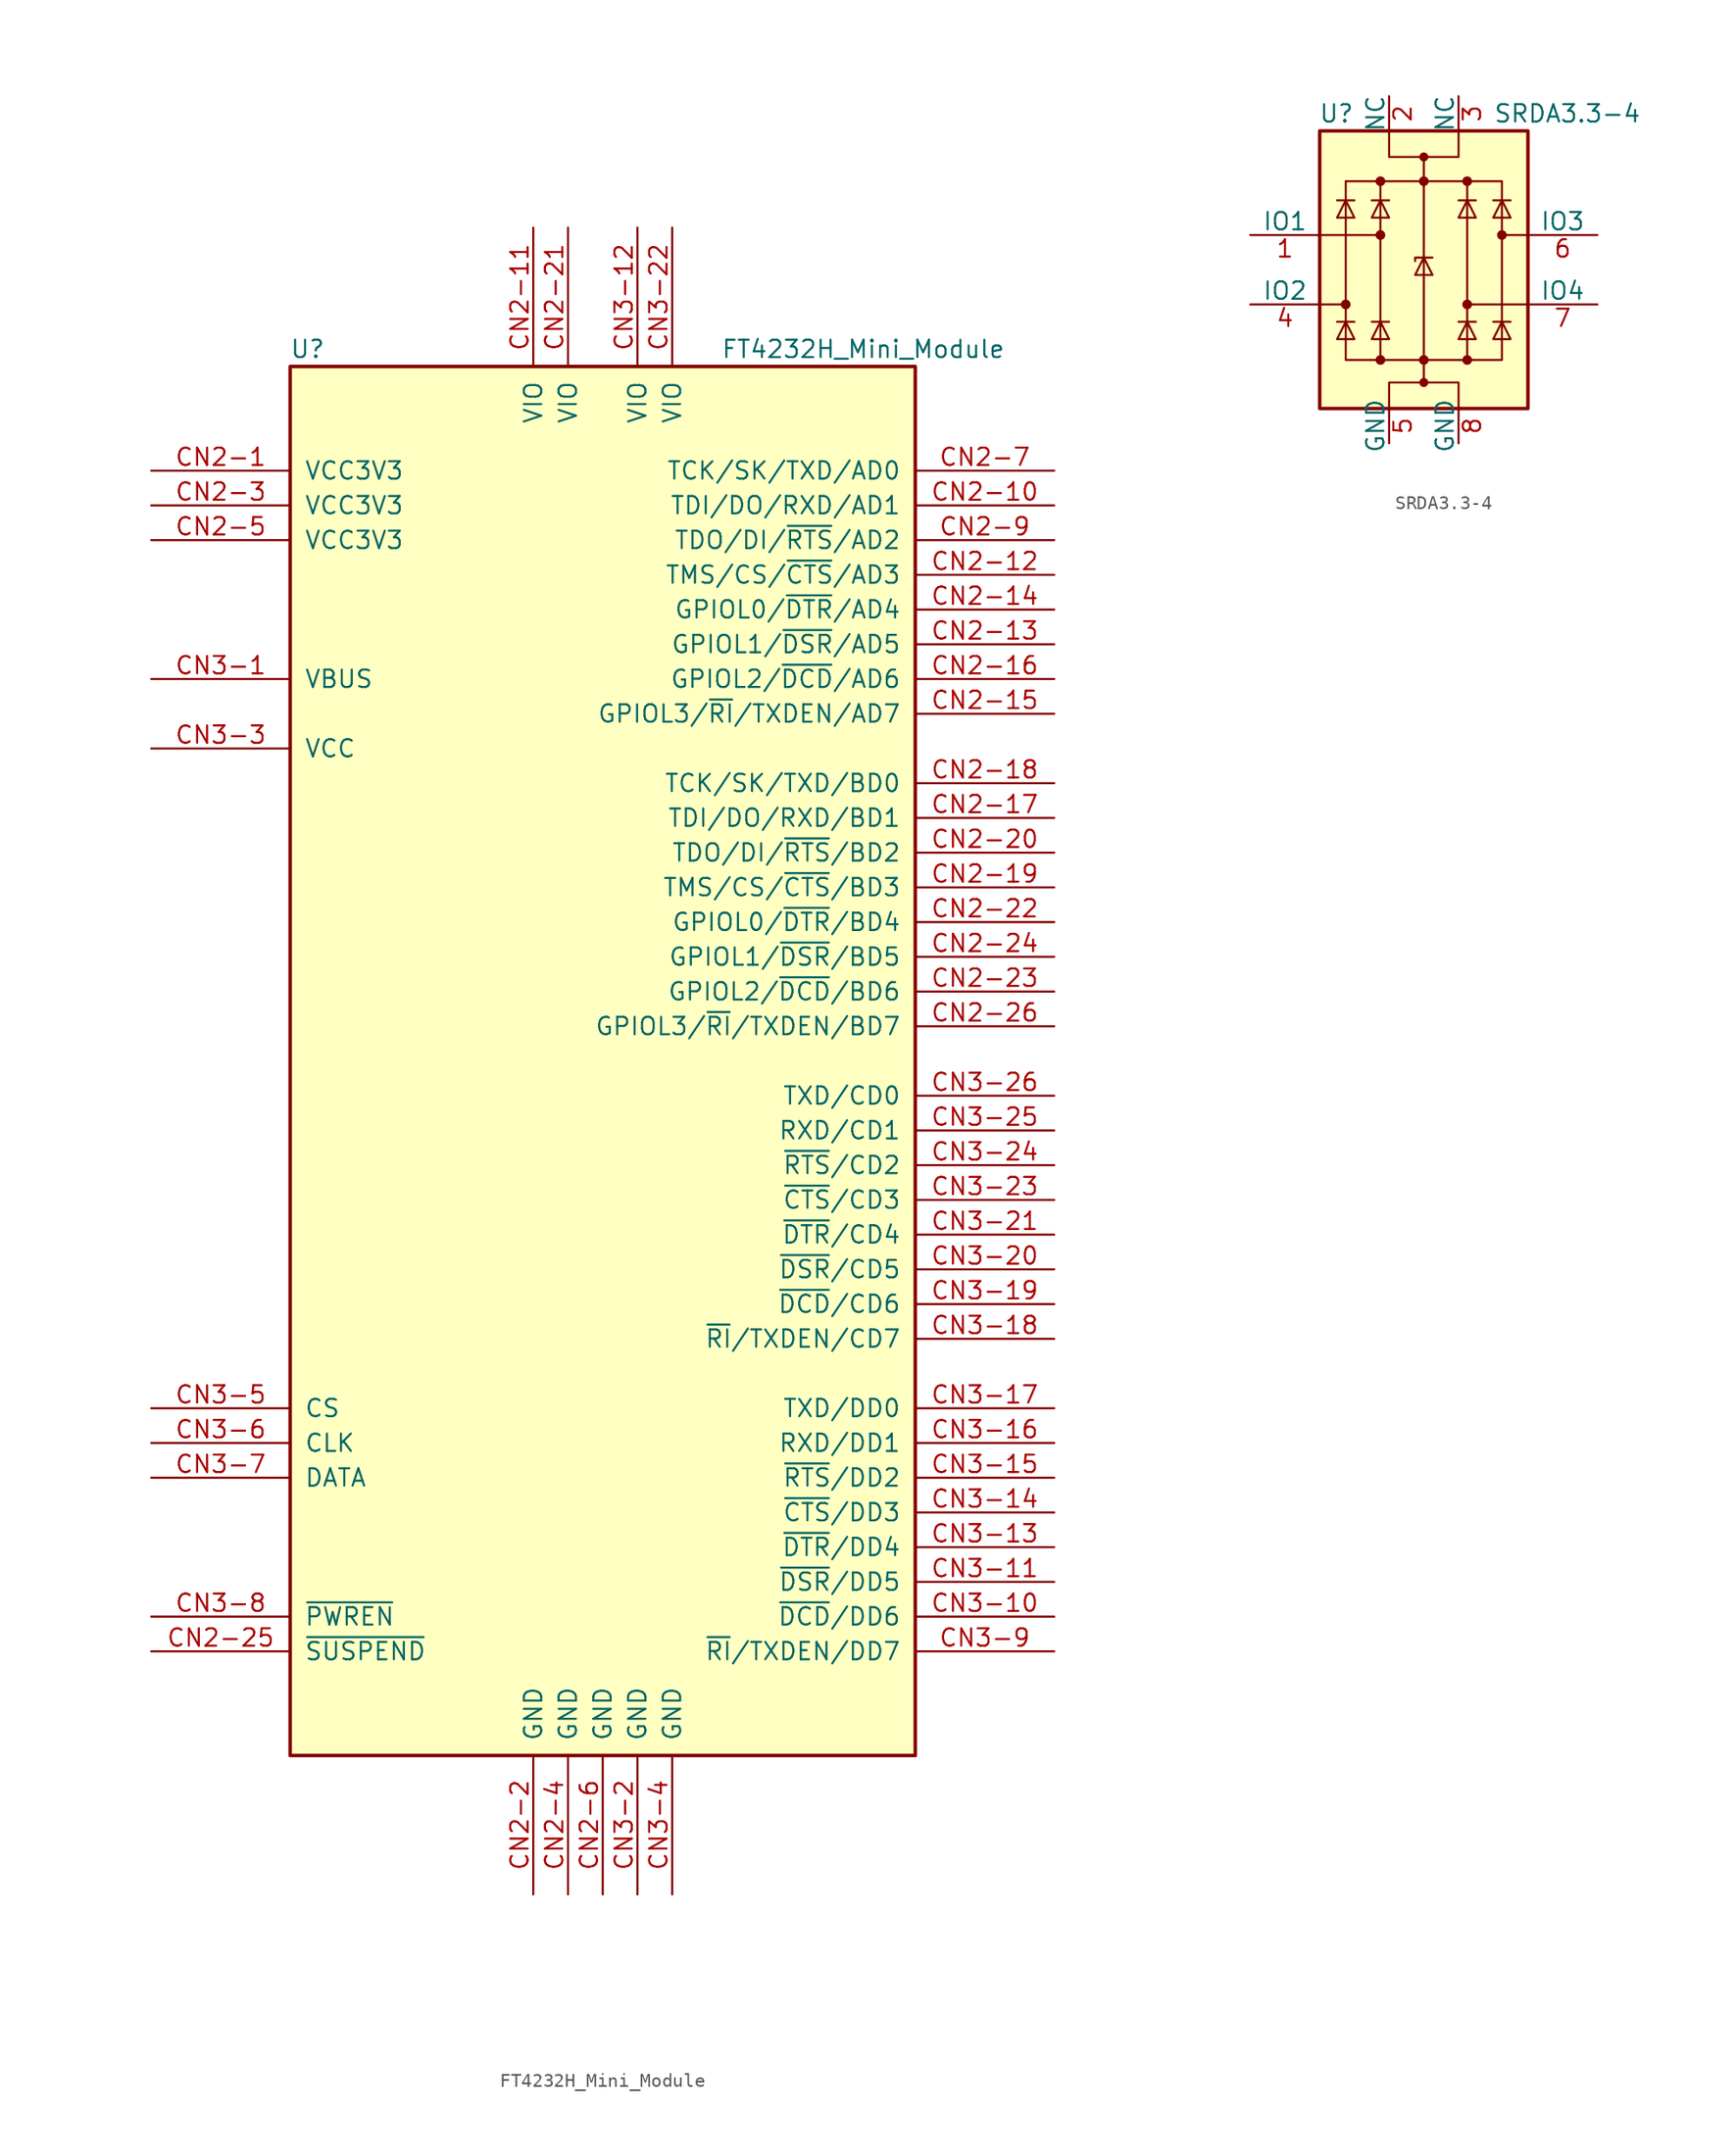
<source format=kicad_sym>
(kicad_symbol_lib
  (version 20220914)
  (generator kicad_symbol_editor)
  (symbol "FT4232H_Mini_Module"
    (pin_names
      (offset 1.016))
    (property "Reference" "U"
      (at -21.59 52.07 0)
      (effects (font (size 1.27 1.27))))
    (property "Value" "FT4232H_Mini_Module"
      (at 19.05 52.07 0)
      (effects (font (size 1.27 1.27))))
    (symbol "FT4232H_Mini_Module_0_1"
      (rectangle (start 22.86 -50.8) (end -22.86 50.8) (stroke (width 0.254) (type solid)) (fill (type background))))
    (symbol "FT4232H_Mini_Module_1_1"
      (pin power_out line (at -33.02 43.18 0) (length 10.16) (name "VCC3V3" (effects (font (size 1.27 1.27)))) (number "CN2-1" (effects (font (size 1.27 1.27)))))
      (pin bidirectional line (at 33.02 40.64 180) (length 10.16) (name "TDI/DO/RXD/AD1" (effects (font (size 1.27 1.27)))) (number "CN2-10" (effects (font (size 1.27 1.27)))))
      (pin power_in line (at -5.08 60.96 270) (length 10.16) (name "VIO" (effects (font (size 1.27 1.27)))) (number "CN2-11" (effects (font (size 1.27 1.27)))))
      (pin bidirectional line (at 33.02 35.56 180) (length 10.16) (name "TMS/CS/~{CTS}/AD3" (effects (font (size 1.27 1.27)))) (number "CN2-12" (effects (font (size 1.27 1.27)))))
      (pin bidirectional line (at 33.02 30.48 180) (length 10.16) (name "GPIOL1/~{DSR}/AD5" (effects (font (size 1.27 1.27)))) (number "CN2-13" (effects (font (size 1.27 1.27)))))
      (pin bidirectional line (at 33.02 33.02 180) (length 10.16) (name "GPIOL0/~{DTR}/AD4" (effects (font (size 1.27 1.27)))) (number "CN2-14" (effects (font (size 1.27 1.27)))))
      (pin bidirectional line (at 33.02 25.4 180) (length 10.16) (name "GPIOL3/~{RI}/TXDEN/AD7" (effects (font (size 1.27 1.27)))) (number "CN2-15" (effects (font (size 1.27 1.27)))))
      (pin bidirectional line (at 33.02 27.94 180) (length 10.16) (name "GPIOL2/~{DCD}/AD6" (effects (font (size 1.27 1.27)))) (number "CN2-16" (effects (font (size 1.27 1.27)))))
      (pin bidirectional line (at 33.02 17.78 180) (length 10.16) (name "TDI/DO/RXD/BD1" (effects (font (size 1.27 1.27)))) (number "CN2-17" (effects (font (size 1.27 1.27)))))
      (pin bidirectional line (at 33.02 20.32 180) (length 10.16) (name "TCK/SK/TXD/BD0" (effects (font (size 1.27 1.27)))) (number "CN2-18" (effects (font (size 1.27 1.27)))))
      (pin bidirectional line (at 33.02 12.7 180) (length 10.16) (name "TMS/CS/~{CTS}/BD3" (effects (font (size 1.27 1.27)))) (number "CN2-19" (effects (font (size 1.27 1.27)))))
      (pin power_in line (at -5.08 -60.96 90) (length 10.16) (name "GND" (effects (font (size 1.27 1.27)))) (number "CN2-2" (effects (font (size 1.27 1.27)))))
      (pin bidirectional line (at 33.02 15.24 180) (length 10.16) (name "TDO/DI/~{RTS}/BD2" (effects (font (size 1.27 1.27)))) (number "CN2-20" (effects (font (size 1.27 1.27)))))
      (pin power_in line (at -2.54 60.96 270) (length 10.16) (name "VIO" (effects (font (size 1.27 1.27)))) (number "CN2-21" (effects (font (size 1.27 1.27)))))
      (pin bidirectional line (at 33.02 10.16 180) (length 10.16) (name "GPIOL0/~{DTR}/BD4" (effects (font (size 1.27 1.27)))) (number "CN2-22" (effects (font (size 1.27 1.27)))))
      (pin bidirectional line (at 33.02 5.08 180) (length 10.16) (name "GPIOL2/~{DCD}/BD6" (effects (font (size 1.27 1.27)))) (number "CN2-23" (effects (font (size 1.27 1.27)))))
      (pin bidirectional line (at 33.02 7.62 180) (length 10.16) (name "GPIOL1/~{DSR}/BD5" (effects (font (size 1.27 1.27)))) (number "CN2-24" (effects (font (size 1.27 1.27)))))
      (pin output line (at -33.02 -43.18 0) (length 10.16) (name "~{SUSPEND}" (effects (font (size 1.27 1.27)))) (number "CN2-25" (effects (font (size 1.27 1.27)))))
      (pin bidirectional line (at 33.02 2.54 180) (length 10.16) (name "GPIOL3/~{RI}/TXDEN/BD7" (effects (font (size 1.27 1.27)))) (number "CN2-26" (effects (font (size 1.27 1.27)))))
      (pin power_out line (at -33.02 40.64 0) (length 10.16) (name "VCC3V3" (effects (font (size 1.27 1.27)))) (number "CN2-3" (effects (font (size 1.27 1.27)))))
      (pin power_in line (at -2.54 -60.96 90) (length 10.16) (name "GND" (effects (font (size 1.27 1.27)))) (number "CN2-4" (effects (font (size 1.27 1.27)))))
      (pin power_out line (at -33.02 38.1 0) (length 10.16) (name "VCC3V3" (effects (font (size 1.27 1.27)))) (number "CN2-5" (effects (font (size 1.27 1.27)))))
      (pin power_in line (at 0 -60.96 90) (length 10.16) (name "GND" (effects (font (size 1.27 1.27)))) (number "CN2-6" (effects (font (size 1.27 1.27)))))
      (pin bidirectional line (at 33.02 43.18 180) (length 10.16) (name "TCK/SK/TXD/AD0" (effects (font (size 1.27 1.27)))) (number "CN2-7" (effects (font (size 1.27 1.27)))))
      (pin bidirectional line (at 33.02 38.1 180) (length 10.16) (name "TDO/DI/~{RTS}/AD2" (effects (font (size 1.27 1.27)))) (number "CN2-9" (effects (font (size 1.27 1.27)))))
      (pin power_out line (at -33.02 27.94 0) (length 10.16) (name "VBUS" (effects (font (size 1.27 1.27)))) (number "CN3-1" (effects (font (size 1.27 1.27)))))
      (pin bidirectional line (at 33.02 -40.64 180) (length 10.16) (name "~{DCD}/DD6" (effects (font (size 1.27 1.27)))) (number "CN3-10" (effects (font (size 1.27 1.27)))))
      (pin bidirectional line (at 33.02 -38.1 180) (length 10.16) (name "~{DSR}/DD5" (effects (font (size 1.27 1.27)))) (number "CN3-11" (effects (font (size 1.27 1.27)))))
      (pin power_in line (at 2.54 60.96 270) (length 10.16) (name "VIO" (effects (font (size 1.27 1.27)))) (number "CN3-12" (effects (font (size 1.27 1.27)))))
      (pin bidirectional line (at 33.02 -35.56 180) (length 10.16) (name "~{DTR}/DD4" (effects (font (size 1.27 1.27)))) (number "CN3-13" (effects (font (size 1.27 1.27)))))
      (pin bidirectional line (at 33.02 -33.02 180) (length 10.16) (name "~{CTS}/DD3" (effects (font (size 1.27 1.27)))) (number "CN3-14" (effects (font (size 1.27 1.27)))))
      (pin bidirectional line (at 33.02 -30.48 180) (length 10.16) (name "~{RTS}/DD2" (effects (font (size 1.27 1.27)))) (number "CN3-15" (effects (font (size 1.27 1.27)))))
      (pin bidirectional line (at 33.02 -27.94 180) (length 10.16) (name "RXD/DD1" (effects (font (size 1.27 1.27)))) (number "CN3-16" (effects (font (size 1.27 1.27)))))
      (pin bidirectional line (at 33.02 -25.4 180) (length 10.16) (name "TXD/DD0" (effects (font (size 1.27 1.27)))) (number "CN3-17" (effects (font (size 1.27 1.27)))))
      (pin bidirectional line (at 33.02 -20.32 180) (length 10.16) (name "~{RI}/TXDEN/CD7" (effects (font (size 1.27 1.27)))) (number "CN3-18" (effects (font (size 1.27 1.27)))))
      (pin bidirectional line (at 33.02 -17.78 180) (length 10.16) (name "~{DCD}/CD6" (effects (font (size 1.27 1.27)))) (number "CN3-19" (effects (font (size 1.27 1.27)))))
      (pin power_in line (at 2.54 -60.96 90) (length 10.16) (name "GND" (effects (font (size 1.27 1.27)))) (number "CN3-2" (effects (font (size 1.27 1.27)))))
      (pin bidirectional line (at 33.02 -15.24 180) (length 10.16) (name "~{DSR}/CD5" (effects (font (size 1.27 1.27)))) (number "CN3-20" (effects (font (size 1.27 1.27)))))
      (pin bidirectional line (at 33.02 -12.7 180) (length 10.16) (name "~{DTR}/CD4" (effects (font (size 1.27 1.27)))) (number "CN3-21" (effects (font (size 1.27 1.27)))))
      (pin power_in line (at 5.08 60.96 270) (length 10.16) (name "VIO" (effects (font (size 1.27 1.27)))) (number "CN3-22" (effects (font (size 1.27 1.27)))))
      (pin bidirectional line (at 33.02 -10.16 180) (length 10.16) (name "~{CTS}/CD3" (effects (font (size 1.27 1.27)))) (number "CN3-23" (effects (font (size 1.27 1.27)))))
      (pin bidirectional line (at 33.02 -7.62 180) (length 10.16) (name "~{RTS}/CD2" (effects (font (size 1.27 1.27)))) (number "CN3-24" (effects (font (size 1.27 1.27)))))
      (pin bidirectional line (at 33.02 -5.08 180) (length 10.16) (name "RXD/CD1" (effects (font (size 1.27 1.27)))) (number "CN3-25" (effects (font (size 1.27 1.27)))))
      (pin bidirectional line (at 33.02 -2.54 180) (length 10.16) (name "TXD/CD0" (effects (font (size 1.27 1.27)))) (number "CN3-26" (effects (font (size 1.27 1.27)))))
      (pin power_in line (at -33.02 22.86 0) (length 10.16) (name "VCC" (effects (font (size 1.27 1.27)))) (number "CN3-3" (effects (font (size 1.27 1.27)))))
      (pin power_in line (at 5.08 -60.96 90) (length 10.16) (name "GND" (effects (font (size 1.27 1.27)))) (number "CN3-4" (effects (font (size 1.27 1.27)))))
      (pin bidirectional line (at -33.02 -25.4 0) (length 10.16) (name "CS" (effects (font (size 1.27 1.27)))) (number "CN3-5" (effects (font (size 1.27 1.27)))))
      (pin output line (at -33.02 -27.94 0) (length 10.16) (name "CLK" (effects (font (size 1.27 1.27)))) (number "CN3-6" (effects (font (size 1.27 1.27)))))
      (pin bidirectional line (at -33.02 -30.48 0) (length 10.16) (name "DATA" (effects (font (size 1.27 1.27)))) (number "CN3-7" (effects (font (size 1.27 1.27)))))
      (pin output line (at -33.02 -40.64 0) (length 10.16) (name "~{PWREN}" (effects (font (size 1.27 1.27)))) (number "CN3-8" (effects (font (size 1.27 1.27)))))
      (pin bidirectional line (at 33.02 -43.18 180) (length 10.16) (name "~{RI}/TXDEN/DD7" (effects (font (size 1.27 1.27)))) (number "CN3-9" (effects (font (size 1.27 1.27)))))))
  (symbol "SRDA3.3-4"
    (pin_names
      (offset 0))
    (property "Reference" "U"
      (at -5.08 11.43 0)
      (effects (font (size 1.27 1.27)) (justify right)))
    (property "Value" "SRDA3.3-4"
      (at 5.08 11.43 0)
      (effects (font (size 1.27 1.27)) (justify left)))
    (symbol "SRDA3.3-4_0_0"
      (rectangle (start -5.715 6.477) (end 5.715 -6.604) (stroke (width 0) (type solid)) (fill (type none)))
      (polyline (pts (xy -3.175 -6.604) (xy -3.175 6.477)) (stroke (width 0) (type solid)) (fill (type none)))
      (polyline (pts (xy 3.175 6.477) (xy 3.175 -6.604)) (stroke (width 0) (type solid)) (fill (type none))))
    (symbol "SRDA3.3-4_0_1"
      (rectangle (start -7.62 10.16) (end 7.62 -10.16) (stroke (width 0.254) (type solid)) (fill (type background)))
      (circle (center -5.715 -2.54) (radius 0.279) (stroke (width 0) (type solid)) (fill (type outline)))
      (circle (center -3.175 -6.604) (radius 0.279) (stroke (width 0) (type solid)) (fill (type outline)))
      (circle (center -3.175 2.54) (radius 0.279) (stroke (width 0) (type solid)) (fill (type outline)))
      (circle (center -3.175 6.477) (radius 0.279) (stroke (width 0) (type solid)) (fill (type outline)))
      (circle (center 0 -8.255) (radius 0.254) (stroke (width 0) (type solid)) (fill (type outline)))
      (circle (center 0 -6.604) (radius 0.279) (stroke (width 0) (type solid)) (fill (type outline)))
      (polyline (pts (xy -7.747 2.54) (xy -3.175 2.54)) (stroke (width 0) (type solid)) (fill (type none)))
      (polyline (pts (xy -7.62 -2.54) (xy -5.715 -2.54)) (stroke (width 0) (type solid)) (fill (type none)))
      (polyline (pts (xy -5.08 -3.81) (xy -6.35 -3.81)) (stroke (width 0) (type solid)) (fill (type none)))
      (polyline (pts (xy -5.08 5.08) (xy -6.35 5.08)) (stroke (width 0) (type solid)) (fill (type none)))
      (polyline (pts (xy -2.54 -3.81) (xy -3.81 -3.81)) (stroke (width 0) (type solid)) (fill (type none)))
      (polyline (pts (xy -2.54 5.08) (xy -3.81 5.08)) (stroke (width 0) (type solid)) (fill (type none)))
      (polyline (pts (xy 0 8.255) (xy 0 -8.255)) (stroke (width 0) (type solid)) (fill (type none)))
      (polyline (pts (xy 3.81 -3.81) (xy 2.54 -3.81)) (stroke (width 0) (type solid)) (fill (type none)))
      (polyline (pts (xy 3.81 5.08) (xy 2.54 5.08)) (stroke (width 0) (type solid)) (fill (type none)))
      (polyline (pts (xy 6.35 -3.81) (xy 5.08 -3.81)) (stroke (width 0) (type solid)) (fill (type none)))
      (polyline (pts (xy 6.35 5.08) (xy 5.08 5.08)) (stroke (width 0) (type solid)) (fill (type none)))
      (polyline (pts (xy 7.62 -2.54) (xy 3.175 -2.54)) (stroke (width 0) (type solid)) (fill (type none)))
      (polyline (pts (xy 7.62 2.54) (xy 5.715 2.54)) (stroke (width 0) (type solid)) (fill (type none)))
      (polyline (pts (xy 0.635 0.889) (xy -0.635 0.889) (xy -0.635 0.635)) (stroke (width 0) (type solid)) (fill (type none)))
      (polyline (pts (xy -5.08 -5.08) (xy -6.35 -5.08) (xy -5.715 -3.81) (xy -5.08 -5.08)) (stroke (width 0) (type solid)) (fill (type none)))
      (polyline (pts (xy -5.08 3.81) (xy -6.35 3.81) (xy -5.715 5.08) (xy -5.08 3.81)) (stroke (width 0) (type solid)) (fill (type none)))
      (polyline (pts (xy -2.54 -10.16) (xy -2.54 -8.255) (xy 2.54 -8.255) (xy 2.54 -10.16)) (stroke (width 0) (type solid)) (fill (type none)))
      (polyline (pts (xy -2.54 -5.08) (xy -3.81 -5.08) (xy -3.175 -3.81) (xy -2.54 -5.08)) (stroke (width 0) (type solid)) (fill (type none)))
      (polyline (pts (xy -2.54 3.81) (xy -3.81 3.81) (xy -3.175 5.08) (xy -2.54 3.81)) (stroke (width 0) (type solid)) (fill (type none)))
      (polyline (pts (xy -2.54 10.16) (xy -2.54 8.255) (xy 2.54 8.255) (xy 2.54 10.16)) (stroke (width 0) (type solid)) (fill (type none)))
      (polyline (pts (xy 0.635 -0.381) (xy -0.635 -0.381) (xy 0 0.889) (xy 0.635 -0.381)) (stroke (width 0) (type solid)) (fill (type none)))
      (polyline (pts (xy 3.81 -5.08) (xy 2.54 -5.08) (xy 3.175 -3.81) (xy 3.81 -5.08)) (stroke (width 0) (type solid)) (fill (type none)))
      (polyline (pts (xy 3.81 3.81) (xy 2.54 3.81) (xy 3.175 5.08) (xy 3.81 3.81)) (stroke (width 0) (type solid)) (fill (type none)))
      (polyline (pts (xy 6.35 -5.08) (xy 5.08 -5.08) (xy 5.715 -3.81) (xy 6.35 -5.08)) (stroke (width 0) (type solid)) (fill (type none)))
      (polyline (pts (xy 6.35 3.81) (xy 5.08 3.81) (xy 5.715 5.08) (xy 6.35 3.81)) (stroke (width 0) (type solid)) (fill (type none)))
      (circle (center 0 6.477) (radius 0.279) (stroke (width 0) (type solid)) (fill (type outline)))
      (circle (center 0 8.255) (radius 0.254) (stroke (width 0) (type solid)) (fill (type outline)))
      (circle (center 3.175 -6.604) (radius 0.279) (stroke (width 0) (type solid)) (fill (type outline)))
      (circle (center 3.175 -2.54) (radius 0.279) (stroke (width 0) (type solid)) (fill (type outline)))
      (circle (center 3.175 6.477) (radius 0.279) (stroke (width 0) (type solid)) (fill (type outline)))
      (circle (center 5.715 2.54) (radius 0.279) (stroke (width 0) (type solid)) (fill (type outline))))
    (symbol "SRDA3.3-4_1_1"
      (pin passive line (at -12.7 2.54 0) (length 5.08) (name "IO1" (effects (font (size 1.27 1.27)))) (number "1" (effects (font (size 1.27 1.27)))))
      (pin passive line (at -2.54 12.7 270) (length 2.54) (name "NC" (effects (font (size 1.27 1.27)))) (number "2" (effects (font (size 1.27 1.27)))))
      (pin passive line (at 2.54 12.7 270) (length 2.54) (name "NC" (effects (font (size 1.27 1.27)))) (number "3" (effects (font (size 1.27 1.27)))))
      (pin passive line (at -12.7 -2.54 0) (length 5.08) (name "IO2" (effects (font (size 1.27 1.27)))) (number "4" (effects (font (size 1.27 1.27)))))
      (pin passive line (at -2.54 -12.7 90) (length 2.54) (name "GND" (effects (font (size 1.27 1.27)))) (number "5" (effects (font (size 1.27 1.27)))))
      (pin passive line (at 12.7 2.54 180) (length 5.08) (name "IO3" (effects (font (size 1.27 1.27)))) (number "6" (effects (font (size 1.27 1.27)))))
      (pin passive line (at 12.7 -2.54 180) (length 5.08) (name "IO4" (effects (font (size 1.27 1.27)))) (number "7" (effects (font (size 1.27 1.27)))))
      (pin passive line (at 2.54 -12.7 90) (length 2.54) (name "GND" (effects (font (size 1.27 1.27)))) (number "8" (effects (font (size 1.27 1.27))))))))
</source>
